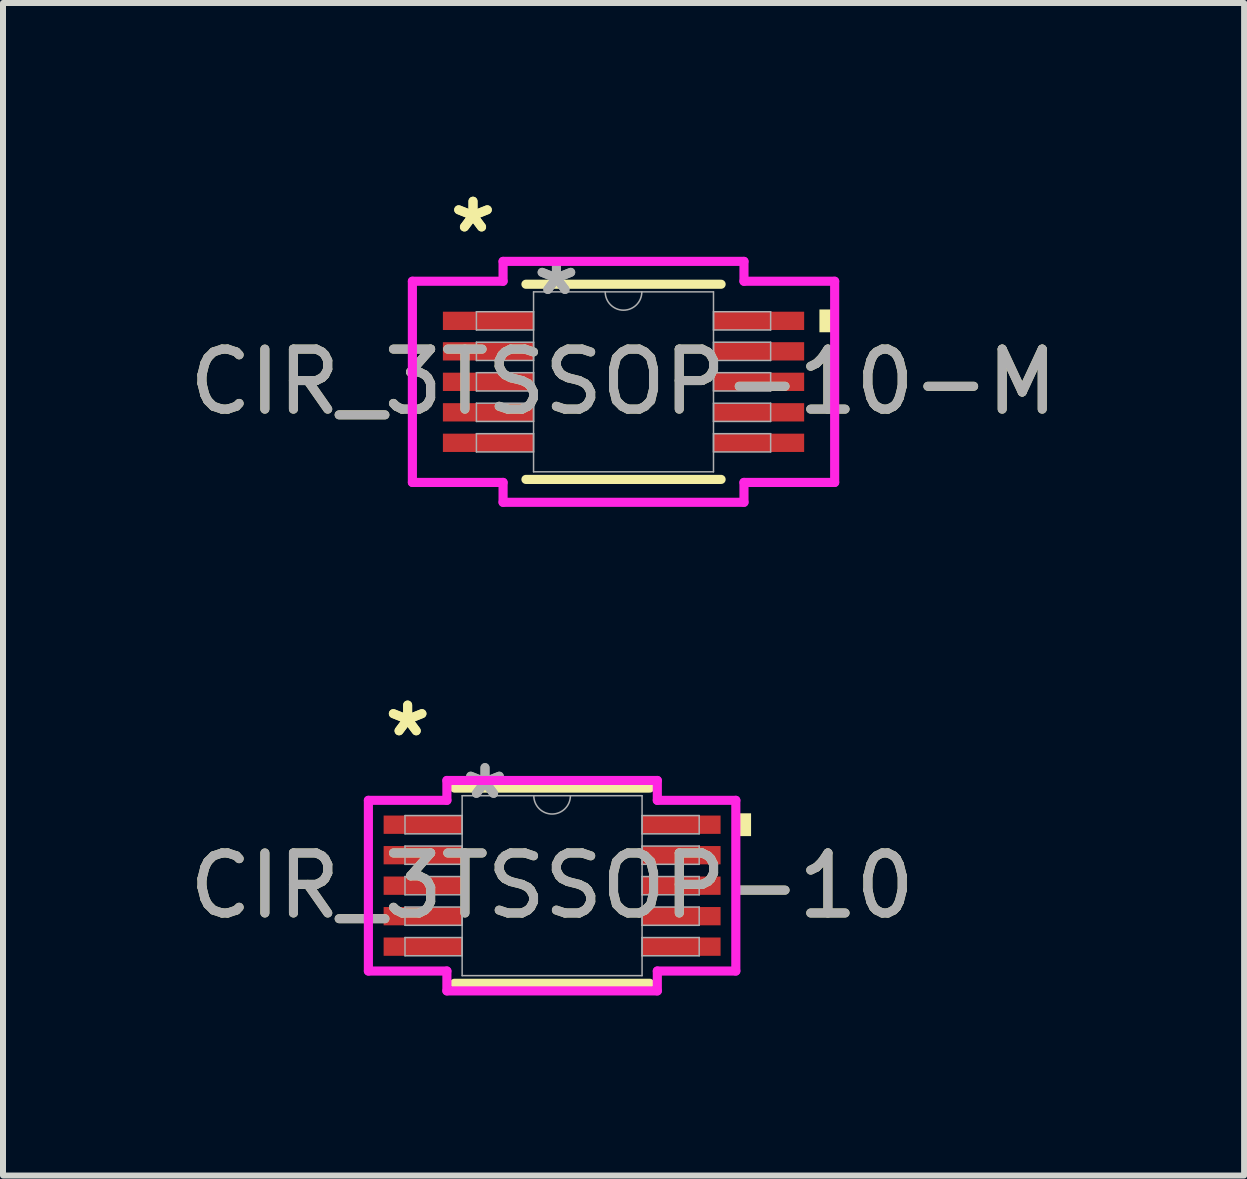
<source format=kicad_pcb>
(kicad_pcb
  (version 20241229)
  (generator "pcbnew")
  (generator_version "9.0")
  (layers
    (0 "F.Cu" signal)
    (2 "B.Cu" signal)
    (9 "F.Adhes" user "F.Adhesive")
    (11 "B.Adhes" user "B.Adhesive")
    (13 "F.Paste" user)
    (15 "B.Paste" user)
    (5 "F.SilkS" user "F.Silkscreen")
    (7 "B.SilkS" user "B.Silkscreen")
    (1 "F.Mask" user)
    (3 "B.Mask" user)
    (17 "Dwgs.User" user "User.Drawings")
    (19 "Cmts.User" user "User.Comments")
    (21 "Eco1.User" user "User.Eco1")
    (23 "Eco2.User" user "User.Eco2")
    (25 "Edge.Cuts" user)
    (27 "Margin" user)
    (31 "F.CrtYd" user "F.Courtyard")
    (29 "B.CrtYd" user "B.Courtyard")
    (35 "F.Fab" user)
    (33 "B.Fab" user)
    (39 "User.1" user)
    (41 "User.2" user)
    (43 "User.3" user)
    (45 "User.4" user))
  (footprint "CIR_3TSSOP-10"
    (layer "F.Cu")
    (at 6.149 11.707)
    (property "Reference" "CIR_3TSSOP-10" (at 0 0 0) (unlocked yes) (layer "F.SilkS") (effects (font (size 1 1) (thickness 0.15))))
    (attr smd)
    (fp_line (start -1.626 1.626) (end 1.626 1.626) (stroke (width 0.152) (type solid)) (layer "F.SilkS"))
    (fp_line (start 1.626 -1.626) (end -1.626 -1.626) (stroke (width 0.152) (type solid)) (layer "F.SilkS"))
    (fp_poly (pts (xy 3.315 -1.206) (xy 3.315 -0.826) (xy 3.061 -0.826) (xy 3.061 -1.206)) (stroke (width 0) (type solid)) (fill yes) (layer "F.SilkS"))
    (fp_line (start -3.061 -1.422) (end -1.753 -1.422) (stroke (width 0.152) (type solid)) (layer "F.CrtYd"))
    (fp_line (start -3.061 1.422) (end -3.061 -1.422) (stroke (width 0.152) (type solid)) (layer "F.CrtYd"))
    (fp_line (start -3.061 1.422) (end -1.753 1.422) (stroke (width 0.152) (type solid)) (layer "F.CrtYd"))
    (fp_line (start -1.753 -1.753) (end 1.753 -1.753) (stroke (width 0.152) (type solid)) (layer "F.CrtYd"))
    (fp_line (start -1.753 -1.422) (end -1.753 -1.753) (stroke (width 0.152) (type solid)) (layer "F.CrtYd"))
    (fp_line (start -1.753 1.753) (end -1.753 1.422) (stroke (width 0.152) (type solid)) (layer "F.CrtYd"))
    (fp_line (start 1.753 -1.753) (end 1.753 -1.422) (stroke (width 0.152) (type solid)) (layer "F.CrtYd"))
    (fp_line (start 1.753 1.422) (end 1.753 1.753) (stroke (width 0.152) (type solid)) (layer "F.CrtYd"))
    (fp_line (start 1.753 1.753) (end -1.753 1.753) (stroke (width 0.152) (type solid)) (layer "F.CrtYd"))
    (fp_line (start 3.061 -1.422) (end 1.753 -1.422) (stroke (width 0.152) (type solid)) (layer "F.CrtYd"))
    (fp_line (start 3.061 -1.422) (end 3.061 1.422) (stroke (width 0.152) (type solid)) (layer "F.CrtYd"))
    (fp_line (start 3.061 1.422) (end 1.753 1.422) (stroke (width 0.152) (type solid)) (layer "F.CrtYd"))
    (fp_line (start -2.451 -1.168) (end -2.451 -0.864) (stroke (width 0.025) (type solid)) (layer "F.Fab"))
    (fp_line (start -2.451 -0.864) (end -1.499 -0.864) (stroke (width 0.025) (type solid)) (layer "F.Fab"))
    (fp_line (start -2.451 -0.66) (end -2.451 -0.356) (stroke (width 0.025) (type solid)) (layer "F.Fab"))
    (fp_line (start -2.451 -0.356) (end -1.499 -0.356) (stroke (width 0.025) (type solid)) (layer "F.Fab"))
    (fp_line (start -2.451 -0.152) (end -2.451 0.152) (stroke (width 0.025) (type solid)) (layer "F.Fab"))
    (fp_line (start -2.451 0.152) (end -1.499 0.152) (stroke (width 0.025) (type solid)) (layer "F.Fab"))
    (fp_line (start -2.451 0.356) (end -2.451 0.66) (stroke (width 0.025) (type solid)) (layer "F.Fab"))
    (fp_line (start -2.451 0.66) (end -1.499 0.66) (stroke (width 0.025) (type solid)) (layer "F.Fab"))
    (fp_line (start -2.451 0.864) (end -2.451 1.168) (stroke (width 0.025) (type solid)) (layer "F.Fab"))
    (fp_line (start -2.451 1.168) (end -1.499 1.168) (stroke (width 0.025) (type solid)) (layer "F.Fab"))
    (fp_line (start -1.499 -1.499) (end -1.499 1.499) (stroke (width 0.025) (type solid)) (layer "F.Fab"))
    (fp_line (start -1.499 -1.168) (end -2.451 -1.168) (stroke (width 0.025) (type solid)) (layer "F.Fab"))
    (fp_line (start -1.499 -0.864) (end -1.499 -1.168) (stroke (width 0.025) (type solid)) (layer "F.Fab"))
    (fp_line (start -1.499 -0.66) (end -2.451 -0.66) (stroke (width 0.025) (type solid)) (layer "F.Fab"))
    (fp_line (start -1.499 -0.356) (end -1.499 -0.66) (stroke (width 0.025) (type solid)) (layer "F.Fab"))
    (fp_line (start -1.499 -0.152) (end -2.451 -0.152) (stroke (width 0.025) (type solid)) (layer "F.Fab"))
    (fp_line (start -1.499 0.152) (end -1.499 -0.152) (stroke (width 0.025) (type solid)) (layer "F.Fab"))
    (fp_line (start -1.499 0.356) (end -2.451 0.356) (stroke (width 0.025) (type solid)) (layer "F.Fab"))
    (fp_line (start -1.499 0.66) (end -1.499 0.356) (stroke (width 0.025) (type solid)) (layer "F.Fab"))
    (fp_line (start -1.499 0.864) (end -2.451 0.864) (stroke (width 0.025) (type solid)) (layer "F.Fab"))
    (fp_line (start -1.499 1.168) (end -1.499 0.864) (stroke (width 0.025) (type solid)) (layer "F.Fab"))
    (fp_line (start -1.499 1.499) (end 1.499 1.499) (stroke (width 0.025) (type solid)) (layer "F.Fab"))
    (fp_line (start 1.499 -1.499) (end -1.499 -1.499) (stroke (width 0.025) (type solid)) (layer "F.Fab"))
    (fp_line (start 1.499 -1.168) (end 1.499 -0.864) (stroke (width 0.025) (type solid)) (layer "F.Fab"))
    (fp_line (start 1.499 -0.864) (end 2.451 -0.864) (stroke (width 0.025) (type solid)) (layer "F.Fab"))
    (fp_line (start 1.499 -0.66) (end 1.499 -0.356) (stroke (width 0.025) (type solid)) (layer "F.Fab"))
    (fp_line (start 1.499 -0.356) (end 2.451 -0.356) (stroke (width 0.025) (type solid)) (layer "F.Fab"))
    (fp_line (start 1.499 -0.152) (end 1.499 0.152) (stroke (width 0.025) (type solid)) (layer "F.Fab"))
    (fp_line (start 1.499 0.152) (end 2.451 0.152) (stroke (width 0.025) (type solid)) (layer "F.Fab"))
    (fp_line (start 1.499 0.356) (end 1.499 0.66) (stroke (width 0.025) (type solid)) (layer "F.Fab"))
    (fp_line (start 1.499 0.66) (end 2.451 0.66) (stroke (width 0.025) (type solid)) (layer "F.Fab"))
    (fp_line (start 1.499 0.864) (end 1.499 1.168) (stroke (width 0.025) (type solid)) (layer "F.Fab"))
    (fp_line (start 1.499 1.168) (end 2.451 1.168) (stroke (width 0.025) (type solid)) (layer "F.Fab"))
    (fp_line (start 1.499 1.499) (end 1.499 -1.499) (stroke (width 0.025) (type solid)) (layer "F.Fab"))
    (fp_line (start 2.451 -1.168) (end 1.499 -1.168) (stroke (width 0.025) (type solid)) (layer "F.Fab"))
    (fp_line (start 2.451 -0.864) (end 2.451 -1.168) (stroke (width 0.025) (type solid)) (layer "F.Fab"))
    (fp_line (start 2.451 -0.66) (end 1.499 -0.66) (stroke (width 0.025) (type solid)) (layer "F.Fab"))
    (fp_line (start 2.451 -0.356) (end 2.451 -0.66) (stroke (width 0.025) (type solid)) (layer "F.Fab"))
    (fp_line (start 2.451 -0.152) (end 1.499 -0.152) (stroke (width 0.025) (type solid)) (layer "F.Fab"))
    (fp_line (start 2.451 0.152) (end 2.451 -0.152) (stroke (width 0.025) (type solid)) (layer "F.Fab"))
    (fp_line (start 2.451 0.356) (end 1.499 0.356) (stroke (width 0.025) (type solid)) (layer "F.Fab"))
    (fp_line (start 2.451 0.66) (end 2.451 0.356) (stroke (width 0.025) (type solid)) (layer "F.Fab"))
    (fp_line (start 2.451 0.864) (end 1.499 0.864) (stroke (width 0.025) (type solid)) (layer "F.Fab"))
    (fp_line (start 2.451 1.168) (end 2.451 0.864) (stroke (width 0.025) (type solid)) (layer "F.Fab"))
    (fp_arc (start 0.3048 -1.4986) (mid 0 -1.1938) (end -0.3048 -1.4986) (stroke (width 0.0254) (type solid)) (layer "F.Fab"))
    (fp_text user "*" (at -2.407 -2.464 0) (layer "F.SilkS") (effects (font (size 1 1) (thickness 0.15))))
    (fp_text user "*" (at -2.407 -2.464 0) (unlocked yes) (layer "F.SilkS") (effects (font (size 1 1) (thickness 0.15))))
    (fp_text user "*" (at -1.118 -1.422 0) (unlocked yes) (layer "F.Fab") (effects (font (size 1 1) (thickness 0.15))))
    (fp_text user "*" (at -1.118 -1.422 0) (layer "F.Fab") (effects (font (size 1 1) (thickness 0.15))))
    (fp_text user "${REFERENCE}" (at 0 0 0) (unlocked yes) (layer "F.Fab") (effects (font (size 1 1) (thickness 0.15))))
    (pad "1" smd rect (at -2.153 -1.016) (size 1.308 0.305) (layers "F.Cu" "F.Mask" "F.Paste"))
    (pad "2" smd rect (at -2.153 -0.508) (size 1.308 0.305) (layers "F.Cu" "F.Mask" "F.Paste"))
    (pad "3" smd rect (at -2.153 0) (size 1.308 0.305) (layers "F.Cu" "F.Mask" "F.Paste"))
    (pad "4" smd rect (at -2.153 0.508) (size 1.308 0.305) (layers "F.Cu" "F.Mask" "F.Paste"))
    (pad "5" smd rect (at -2.153 1.016) (size 1.308 0.305) (layers "F.Cu" "F.Mask" "F.Paste"))
    (pad "6" smd rect (at 2.153 1.016) (size 1.308 0.305) (layers "F.Cu" "F.Mask" "F.Paste"))
    (pad "7" smd rect (at 2.153 0.508) (size 1.308 0.305) (layers "F.Cu" "F.Mask" "F.Paste"))
    (pad "8" smd rect (at 2.153 0) (size 1.308 0.305) (layers "F.Cu" "F.Mask" "F.Paste"))
    (pad "9" smd rect (at 2.153 -0.508) (size 1.308 0.305) (layers "F.Cu" "F.Mask" "F.Paste"))
    (pad "10" smd rect (at 2.153 -1.016) (size 1.308 0.305) (layers "F.Cu" "F.Mask" "F.Paste")))
  (footprint "CIR_3TSSOP-10-M"
    (layer "F.Cu")
    (at 7.339 3.312)
    (property "Reference" "CIR_3TSSOP-10-M" (at 0 0 0) (unlocked yes) (layer "F.SilkS") (effects (font (size 1 1) (thickness 0.15))))
    (attr smd)
    (fp_line (start -1.626 1.626) (end 1.626 1.626) (stroke (width 0.152) (type solid)) (layer "F.SilkS"))
    (fp_line (start 1.626 -1.626) (end -1.626 -1.626) (stroke (width 0.152) (type solid)) (layer "F.SilkS"))
    (fp_poly (pts (xy 3.518 -1.206) (xy 3.518 -0.826) (xy 3.264 -0.826) (xy 3.264 -1.206)) (stroke (width 0) (type solid)) (fill yes) (layer "F.SilkS"))
    (fp_line (start -3.518 -1.676) (end -2.007 -1.676) (stroke (width 0.152) (type solid)) (layer "F.CrtYd"))
    (fp_line (start -3.518 1.676) (end -3.518 -1.676) (stroke (width 0.152) (type solid)) (layer "F.CrtYd"))
    (fp_line (start -3.518 1.676) (end -2.007 1.676) (stroke (width 0.152) (type solid)) (layer "F.CrtYd"))
    (fp_line (start -2.007 -2.007) (end 2.007 -2.007) (stroke (width 0.152) (type solid)) (layer "F.CrtYd"))
    (fp_line (start -2.007 -1.676) (end -2.007 -2.007) (stroke (width 0.152) (type solid)) (layer "F.CrtYd"))
    (fp_line (start -2.007 2.007) (end -2.007 1.676) (stroke (width 0.152) (type solid)) (layer "F.CrtYd"))
    (fp_line (start 2.007 -2.007) (end 2.007 -1.676) (stroke (width 0.152) (type solid)) (layer "F.CrtYd"))
    (fp_line (start 2.007 1.676) (end 2.007 2.007) (stroke (width 0.152) (type solid)) (layer "F.CrtYd"))
    (fp_line (start 2.007 2.007) (end -2.007 2.007) (stroke (width 0.152) (type solid)) (layer "F.CrtYd"))
    (fp_line (start 3.518 -1.676) (end 2.007 -1.676) (stroke (width 0.152) (type solid)) (layer "F.CrtYd"))
    (fp_line (start 3.518 -1.676) (end 3.518 1.676) (stroke (width 0.152) (type solid)) (layer "F.CrtYd"))
    (fp_line (start 3.518 1.676) (end 2.007 1.676) (stroke (width 0.152) (type solid)) (layer "F.CrtYd"))
    (fp_line (start -2.451 -1.168) (end -2.451 -0.864) (stroke (width 0.025) (type solid)) (layer "F.Fab"))
    (fp_line (start -2.451 -0.864) (end -1.499 -0.864) (stroke (width 0.025) (type solid)) (layer "F.Fab"))
    (fp_line (start -2.451 -0.66) (end -2.451 -0.356) (stroke (width 0.025) (type solid)) (layer "F.Fab"))
    (fp_line (start -2.451 -0.356) (end -1.499 -0.356) (stroke (width 0.025) (type solid)) (layer "F.Fab"))
    (fp_line (start -2.451 -0.152) (end -2.451 0.152) (stroke (width 0.025) (type solid)) (layer "F.Fab"))
    (fp_line (start -2.451 0.152) (end -1.499 0.152) (stroke (width 0.025) (type solid)) (layer "F.Fab"))
    (fp_line (start -2.451 0.356) (end -2.451 0.66) (stroke (width 0.025) (type solid)) (layer "F.Fab"))
    (fp_line (start -2.451 0.66) (end -1.499 0.66) (stroke (width 0.025) (type solid)) (layer "F.Fab"))
    (fp_line (start -2.451 0.864) (end -2.451 1.168) (stroke (width 0.025) (type solid)) (layer "F.Fab"))
    (fp_line (start -2.451 1.168) (end -1.499 1.168) (stroke (width 0.025) (type solid)) (layer "F.Fab"))
    (fp_line (start -1.499 -1.499) (end -1.499 1.499) (stroke (width 0.025) (type solid)) (layer "F.Fab"))
    (fp_line (start -1.499 -1.168) (end -2.451 -1.168) (stroke (width 0.025) (type solid)) (layer "F.Fab"))
    (fp_line (start -1.499 -0.864) (end -1.499 -1.168) (stroke (width 0.025) (type solid)) (layer "F.Fab"))
    (fp_line (start -1.499 -0.66) (end -2.451 -0.66) (stroke (width 0.025) (type solid)) (layer "F.Fab"))
    (fp_line (start -1.499 -0.356) (end -1.499 -0.66) (stroke (width 0.025) (type solid)) (layer "F.Fab"))
    (fp_line (start -1.499 -0.152) (end -2.451 -0.152) (stroke (width 0.025) (type solid)) (layer "F.Fab"))
    (fp_line (start -1.499 0.152) (end -1.499 -0.152) (stroke (width 0.025) (type solid)) (layer "F.Fab"))
    (fp_line (start -1.499 0.356) (end -2.451 0.356) (stroke (width 0.025) (type solid)) (layer "F.Fab"))
    (fp_line (start -1.499 0.66) (end -1.499 0.356) (stroke (width 0.025) (type solid)) (layer "F.Fab"))
    (fp_line (start -1.499 0.864) (end -2.451 0.864) (stroke (width 0.025) (type solid)) (layer "F.Fab"))
    (fp_line (start -1.499 1.168) (end -1.499 0.864) (stroke (width 0.025) (type solid)) (layer "F.Fab"))
    (fp_line (start -1.499 1.499) (end 1.499 1.499) (stroke (width 0.025) (type solid)) (layer "F.Fab"))
    (fp_line (start 1.499 -1.499) (end -1.499 -1.499) (stroke (width 0.025) (type solid)) (layer "F.Fab"))
    (fp_line (start 1.499 -1.168) (end 1.499 -0.864) (stroke (width 0.025) (type solid)) (layer "F.Fab"))
    (fp_line (start 1.499 -0.864) (end 2.451 -0.864) (stroke (width 0.025) (type solid)) (layer "F.Fab"))
    (fp_line (start 1.499 -0.66) (end 1.499 -0.356) (stroke (width 0.025) (type solid)) (layer "F.Fab"))
    (fp_line (start 1.499 -0.356) (end 2.451 -0.356) (stroke (width 0.025) (type solid)) (layer "F.Fab"))
    (fp_line (start 1.499 -0.152) (end 1.499 0.152) (stroke (width 0.025) (type solid)) (layer "F.Fab"))
    (fp_line (start 1.499 0.152) (end 2.451 0.152) (stroke (width 0.025) (type solid)) (layer "F.Fab"))
    (fp_line (start 1.499 0.356) (end 1.499 0.66) (stroke (width 0.025) (type solid)) (layer "F.Fab"))
    (fp_line (start 1.499 0.66) (end 2.451 0.66) (stroke (width 0.025) (type solid)) (layer "F.Fab"))
    (fp_line (start 1.499 0.864) (end 1.499 1.168) (stroke (width 0.025) (type solid)) (layer "F.Fab"))
    (fp_line (start 1.499 1.168) (end 2.451 1.168) (stroke (width 0.025) (type solid)) (layer "F.Fab"))
    (fp_line (start 1.499 1.499) (end 1.499 -1.499) (stroke (width 0.025) (type solid)) (layer "F.Fab"))
    (fp_line (start 2.451 -1.168) (end 1.499 -1.168) (stroke (width 0.025) (type solid)) (layer "F.Fab"))
    (fp_line (start 2.451 -0.864) (end 2.451 -1.168) (stroke (width 0.025) (type solid)) (layer "F.Fab"))
    (fp_line (start 2.451 -0.66) (end 1.499 -0.66) (stroke (width 0.025) (type solid)) (layer "F.Fab"))
    (fp_line (start 2.451 -0.356) (end 2.451 -0.66) (stroke (width 0.025) (type solid)) (layer "F.Fab"))
    (fp_line (start 2.451 -0.152) (end 1.499 -0.152) (stroke (width 0.025) (type solid)) (layer "F.Fab"))
    (fp_line (start 2.451 0.152) (end 2.451 -0.152) (stroke (width 0.025) (type solid)) (layer "F.Fab"))
    (fp_line (start 2.451 0.356) (end 1.499 0.356) (stroke (width 0.025) (type solid)) (layer "F.Fab"))
    (fp_line (start 2.451 0.66) (end 2.451 0.356) (stroke (width 0.025) (type solid)) (layer "F.Fab"))
    (fp_line (start 2.451 0.864) (end 1.499 0.864) (stroke (width 0.025) (type solid)) (layer "F.Fab"))
    (fp_line (start 2.451 1.168) (end 2.451 0.864) (stroke (width 0.025) (type solid)) (layer "F.Fab"))
    (fp_arc (start 0.3048 -1.4986) (mid 0 -1.1938) (end -0.3048 -1.4986) (stroke (width 0.0254) (type solid)) (layer "F.Fab"))
    (fp_text user "*" (at -2.508 -2.464 0) (layer "F.SilkS") (effects (font (size 1 1) (thickness 0.15))))
    (fp_text user "*" (at -2.508 -2.464 0) (unlocked yes) (layer "F.SilkS") (effects (font (size 1 1) (thickness 0.15))))
    (fp_text user "*" (at -1.118 -1.422 0) (layer "F.Fab") (effects (font (size 1 1) (thickness 0.15))))
    (fp_text user "*" (at -1.118 -1.422 0) (unlocked yes) (layer "F.Fab") (effects (font (size 1 1) (thickness 0.15))))
    (fp_text user "${REFERENCE}" (at 0 0 0) (unlocked yes) (layer "F.Fab") (effects (font (size 1 1) (thickness 0.15))))
    (pad "1" smd rect (at -2.254 -1.016) (size 1.511 0.305) (layers "F.Cu" "F.Mask" "F.Paste"))
    (pad "2" smd rect (at -2.254 -0.508) (size 1.511 0.305) (layers "F.Cu" "F.Mask" "F.Paste"))
    (pad "3" smd rect (at -2.254 0) (size 1.511 0.305) (layers "F.Cu" "F.Mask" "F.Paste"))
    (pad "4" smd rect (at -2.254 0.508) (size 1.511 0.305) (layers "F.Cu" "F.Mask" "F.Paste"))
    (pad "5" smd rect (at -2.254 1.016) (size 1.511 0.305) (layers "F.Cu" "F.Mask" "F.Paste"))
    (pad "6" smd rect (at 2.254 1.016) (size 1.511 0.305) (layers "F.Cu" "F.Mask" "F.Paste"))
    (pad "7" smd rect (at 2.254 0.508) (size 1.511 0.305) (layers "F.Cu" "F.Mask" "F.Paste"))
    (pad "8" smd rect (at 2.254 0) (size 1.511 0.305) (layers "F.Cu" "F.Mask" "F.Paste"))
    (pad "9" smd rect (at 2.254 -0.508) (size 1.511 0.305) (layers "F.Cu" "F.Mask" "F.Paste"))
    (pad "10" smd rect (at 2.254 -1.016) (size 1.511 0.305) (layers "F.Cu" "F.Mask" "F.Paste")))
  (gr_rect
    (start -3 -3)
    (end 17.679 16.536)
    (stroke (width 0.1) (type default))
    (fill no)
    (layer "Edge.Cuts")))
</source>
